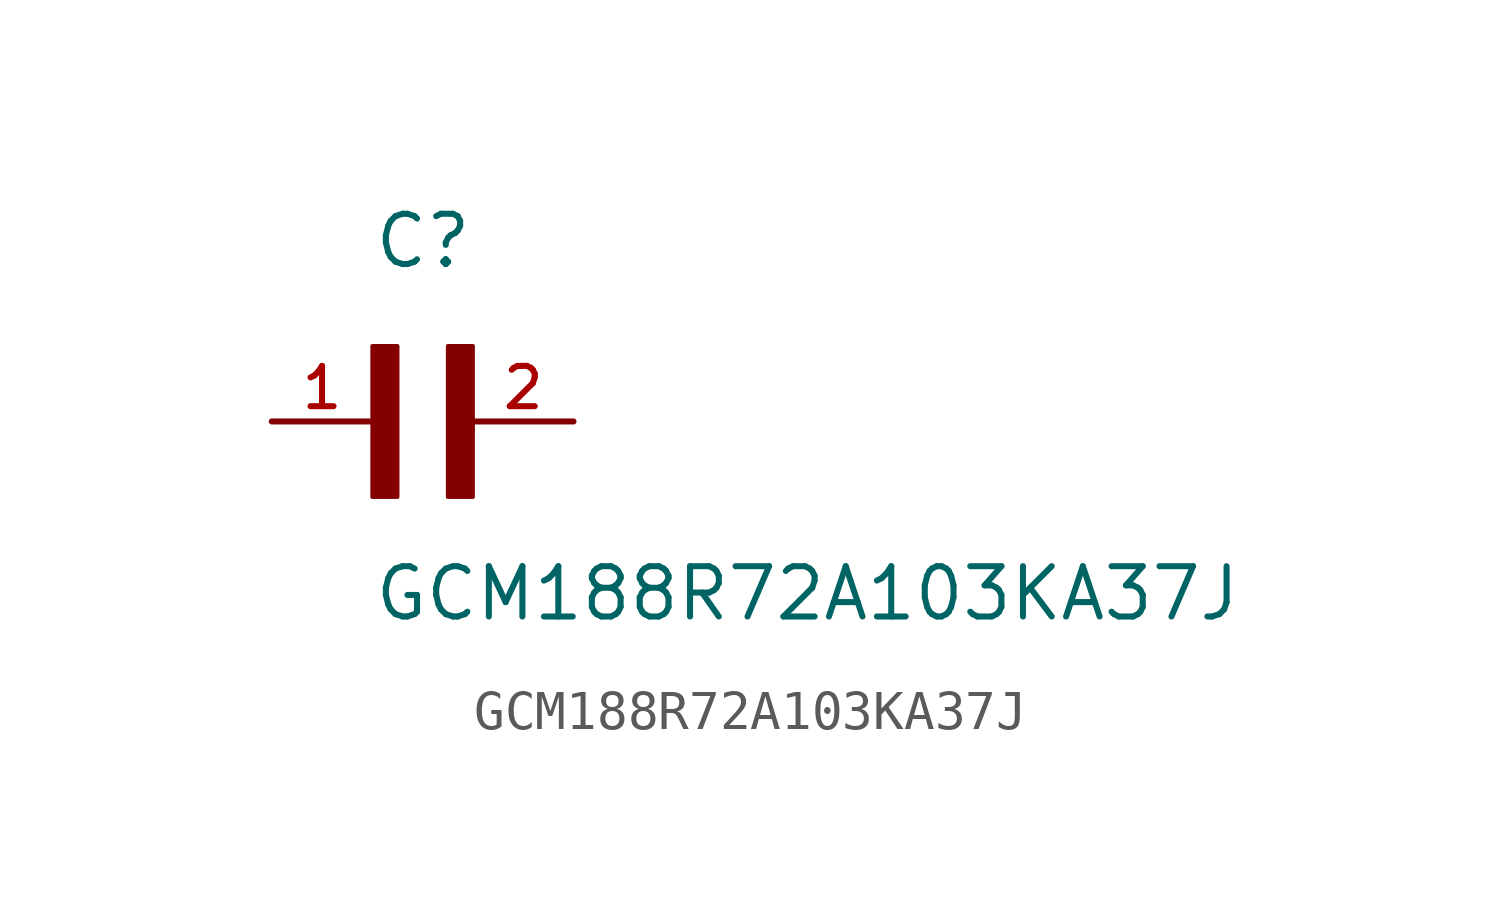
<source format=kicad_sym>
(kicad_symbol_lib
  (version 20211014)
  (generator kicad_symbol_editor)
  (symbol "GCM188R72A103KA37J"
    (pin_names
      (offset 1.016))
    (property "Reference" "C"
      (at 0.0 3.811 0)
      (effects (font (size 1.27 1.27)) (justify bottom left)))
    (property "Value" "GCM188R72A103KA37J"
      (at 0.0 -5.088 0)
      (effects (font (size 1.27 1.27)) (justify bottom left)))
    (symbol "GCM188R72A103KA37J_0_0"
      (rectangle (start 0.0 -1.907) (end 0.635 1.905) (stroke (width 0.1)) (fill (type outline)))
      (rectangle (start 1.907 -1.907) (end 2.54 1.905) (stroke (width 0.1)) (fill (type outline)))
      (pin passive line (at 5.08 0.0 180.0) (length 2.54) (name "~" (effects (font (size 1.016 1.016)))) (number "2" (effects (font (size 1.016 1.016)))))
      (pin passive line (at -2.54 0.0 0) (length 2.54) (name "~" (effects (font (size 1.016 1.016)))) (number "1" (effects (font (size 1.016 1.016))))))))
</source>
